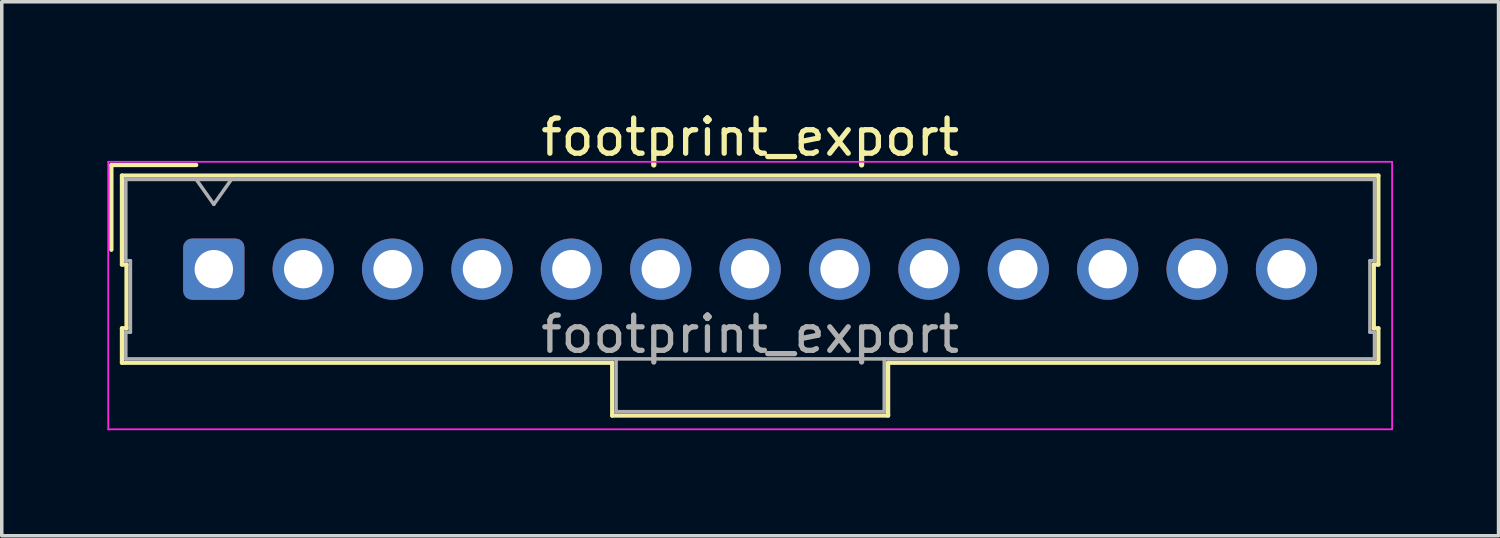
<source format=kicad_pcb>
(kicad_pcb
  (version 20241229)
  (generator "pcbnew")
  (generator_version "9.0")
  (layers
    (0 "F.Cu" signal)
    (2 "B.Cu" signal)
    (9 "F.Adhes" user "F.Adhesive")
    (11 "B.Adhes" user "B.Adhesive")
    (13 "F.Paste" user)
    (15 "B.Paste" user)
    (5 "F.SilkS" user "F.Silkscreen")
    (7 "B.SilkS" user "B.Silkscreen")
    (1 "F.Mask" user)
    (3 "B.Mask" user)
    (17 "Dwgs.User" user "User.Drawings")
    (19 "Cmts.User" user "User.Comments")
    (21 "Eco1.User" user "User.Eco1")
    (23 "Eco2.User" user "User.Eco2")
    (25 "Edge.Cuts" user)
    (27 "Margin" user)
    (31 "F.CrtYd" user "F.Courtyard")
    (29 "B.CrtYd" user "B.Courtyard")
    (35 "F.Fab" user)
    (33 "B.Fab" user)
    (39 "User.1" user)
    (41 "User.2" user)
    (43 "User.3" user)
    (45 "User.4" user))
  (footprint "footprint_export"
    (layer "F.Cu")
    (at 3.025 4.598)
    (property "Reference" "footprint_export" (at 15.24 -3.75 0) (layer "F.SilkS") (effects (font (size 1 1) (thickness 0.15))))
    (attr through_hole)
    (fp_line (start -2.91 -2.96) (end -0.5 -2.96) (stroke (width 0.12) (type solid)) (layer "F.SilkS"))
    (fp_line (start -2.91 -0.55) (end -2.91 -2.96) (stroke (width 0.12) (type solid)) (layer "F.SilkS"))
    (fp_line (start -2.61 -2.66) (end -2.61 -0.13) (stroke (width 0.12) (type solid)) (layer "F.SilkS"))
    (fp_line (start -2.61 -0.13) (end -2.48 -0.13) (stroke (width 0.12) (type solid)) (layer "F.SilkS"))
    (fp_line (start -2.61 1.68) (end -2.61 2.66) (stroke (width 0.12) (type solid)) (layer "F.SilkS"))
    (fp_line (start -2.61 2.66) (end 11.32 2.66) (stroke (width 0.12) (type solid)) (layer "F.SilkS"))
    (fp_line (start -2.48 -0.13) (end -2.48 1.68) (stroke (width 0.12) (type solid)) (layer "F.SilkS"))
    (fp_line (start -2.48 1.68) (end -2.61 1.68) (stroke (width 0.12) (type solid)) (layer "F.SilkS"))
    (fp_line (start 11.32 2.66) (end 11.32 4.16) (stroke (width 0.12) (type solid)) (layer "F.SilkS"))
    (fp_line (start 11.32 4.16) (end 19.16 4.16) (stroke (width 0.12) (type solid)) (layer "F.SilkS"))
    (fp_line (start 19.16 2.66) (end 33.09 2.66) (stroke (width 0.12) (type solid)) (layer "F.SilkS"))
    (fp_line (start 19.16 4.16) (end 19.16 2.66) (stroke (width 0.12) (type solid)) (layer "F.SilkS"))
    (fp_line (start 32.96 -0.13) (end 33.09 -0.13) (stroke (width 0.12) (type solid)) (layer "F.SilkS"))
    (fp_line (start 32.96 1.68) (end 32.96 -0.13) (stroke (width 0.12) (type solid)) (layer "F.SilkS"))
    (fp_line (start 33.09 -2.66) (end -2.61 -2.66) (stroke (width 0.12) (type solid)) (layer "F.SilkS"))
    (fp_line (start 33.09 -0.13) (end 33.09 -2.66) (stroke (width 0.12) (type solid)) (layer "F.SilkS"))
    (fp_line (start 33.09 1.68) (end 32.96 1.68) (stroke (width 0.12) (type solid)) (layer "F.SilkS"))
    (fp_line (start 33.09 2.66) (end 33.09 1.68) (stroke (width 0.12) (type solid)) (layer "F.SilkS"))
    (fp_line (start -3 -3.05) (end -3 4.55) (stroke (width 0.05) (type solid)) (layer "F.CrtYd"))
    (fp_line (start -3 4.55) (end 33.48 4.55) (stroke (width 0.05) (type solid)) (layer "F.CrtYd"))
    (fp_line (start 33.48 -3.05) (end -3 -3.05) (stroke (width 0.05) (type solid)) (layer "F.CrtYd"))
    (fp_line (start 33.48 4.55) (end 33.48 -3.05) (stroke (width 0.05) (type solid)) (layer "F.CrtYd"))
    (fp_line (start -2.5 -2.55) (end -2.5 -0.24) (stroke (width 0.1) (type solid)) (layer "F.Fab"))
    (fp_line (start -2.5 -0.24) (end -2.37 -0.24) (stroke (width 0.1) (type solid)) (layer "F.Fab"))
    (fp_line (start -2.5 1.79) (end -2.5 2.55) (stroke (width 0.1) (type solid)) (layer "F.Fab"))
    (fp_line (start -2.5 2.55) (end 32.98 2.55) (stroke (width 0.1) (type solid)) (layer "F.Fab"))
    (fp_line (start -2.37 -0.24) (end -2.37 1.79) (stroke (width 0.1) (type solid)) (layer "F.Fab"))
    (fp_line (start -2.37 1.79) (end -2.5 1.79) (stroke (width 0.1) (type solid)) (layer "F.Fab"))
    (fp_line (start 0 -1.843) (end -0.5 -2.55) (stroke (width 0.1) (type solid)) (layer "F.Fab"))
    (fp_line (start 0.5 -2.55) (end 0 -1.843) (stroke (width 0.1) (type solid)) (layer "F.Fab"))
    (fp_line (start 11.43 2.55) (end 11.43 4.05) (stroke (width 0.1) (type solid)) (layer "F.Fab"))
    (fp_line (start 11.43 4.05) (end 19.05 4.05) (stroke (width 0.1) (type solid)) (layer "F.Fab"))
    (fp_line (start 19.05 4.05) (end 19.05 2.55) (stroke (width 0.1) (type solid)) (layer "F.Fab"))
    (fp_line (start 32.85 -0.24) (end 32.98 -0.24) (stroke (width 0.1) (type solid)) (layer "F.Fab"))
    (fp_line (start 32.85 1.79) (end 32.85 -0.24) (stroke (width 0.1) (type solid)) (layer "F.Fab"))
    (fp_line (start 32.98 -2.55) (end -2.5 -2.55) (stroke (width 0.1) (type solid)) (layer "F.Fab"))
    (fp_line (start 32.98 -0.24) (end 32.98 -2.55) (stroke (width 0.1) (type solid)) (layer "F.Fab"))
    (fp_line (start 32.98 1.79) (end 32.85 1.79) (stroke (width 0.1) (type solid)) (layer "F.Fab"))
    (fp_line (start 32.98 2.55) (end 32.98 1.79) (stroke (width 0.1) (type solid)) (layer "F.Fab"))
    (fp_text user "${REFERENCE}" (at 15.24 1.85 0) (layer "F.Fab") (effects (font (size 1 1) (thickness 0.15))))
    (pad "1" thru_hole roundrect (at 0 0) (size 1.74 1.74) (drill 1.09) (layers "*.Cu" "*.Mask") (roundrect_rratio 0.144))
    (pad "2" thru_hole circle (at 2.54 0) (size 1.74 1.74) (drill 1.09) (layers "*.Cu" "*.Mask"))
    (pad "3" thru_hole circle (at 5.08 0) (size 1.74 1.74) (drill 1.09) (layers "*.Cu" "*.Mask"))
    (pad "4" thru_hole circle (at 7.62 0) (size 1.74 1.74) (drill 1.09) (layers "*.Cu" "*.Mask"))
    (pad "5" thru_hole circle (at 10.16 0) (size 1.74 1.74) (drill 1.09) (layers "*.Cu" "*.Mask"))
    (pad "6" thru_hole circle (at 12.7 0) (size 1.74 1.74) (drill 1.09) (layers "*.Cu" "*.Mask"))
    (pad "7" thru_hole circle (at 15.24 0) (size 1.74 1.74) (drill 1.09) (layers "*.Cu" "*.Mask"))
    (pad "8" thru_hole circle (at 17.78 0) (size 1.74 1.74) (drill 1.09) (layers "*.Cu" "*.Mask"))
    (pad "9" thru_hole circle (at 20.32 0) (size 1.74 1.74) (drill 1.09) (layers "*.Cu" "*.Mask"))
    (pad "10" thru_hole circle (at 22.86 0) (size 1.74 1.74) (drill 1.09) (layers "*.Cu" "*.Mask"))
    (pad "11" thru_hole circle (at 25.4 0) (size 1.74 1.74) (drill 1.09) (layers "*.Cu" "*.Mask"))
    (pad "12" thru_hole circle (at 27.94 0) (size 1.74 1.74) (drill 1.09) (layers "*.Cu" "*.Mask"))
    (pad "13" thru_hole circle (at 30.48 0) (size 1.74 1.74) (drill 1.09) (layers "*.Cu" "*.Mask")))
  (gr_rect
    (start -3 -3)
    (end 39.53 12.173)
    (stroke (width 0.1) (type default))
    (fill no)
    (layer "Edge.Cuts")))
</source>
